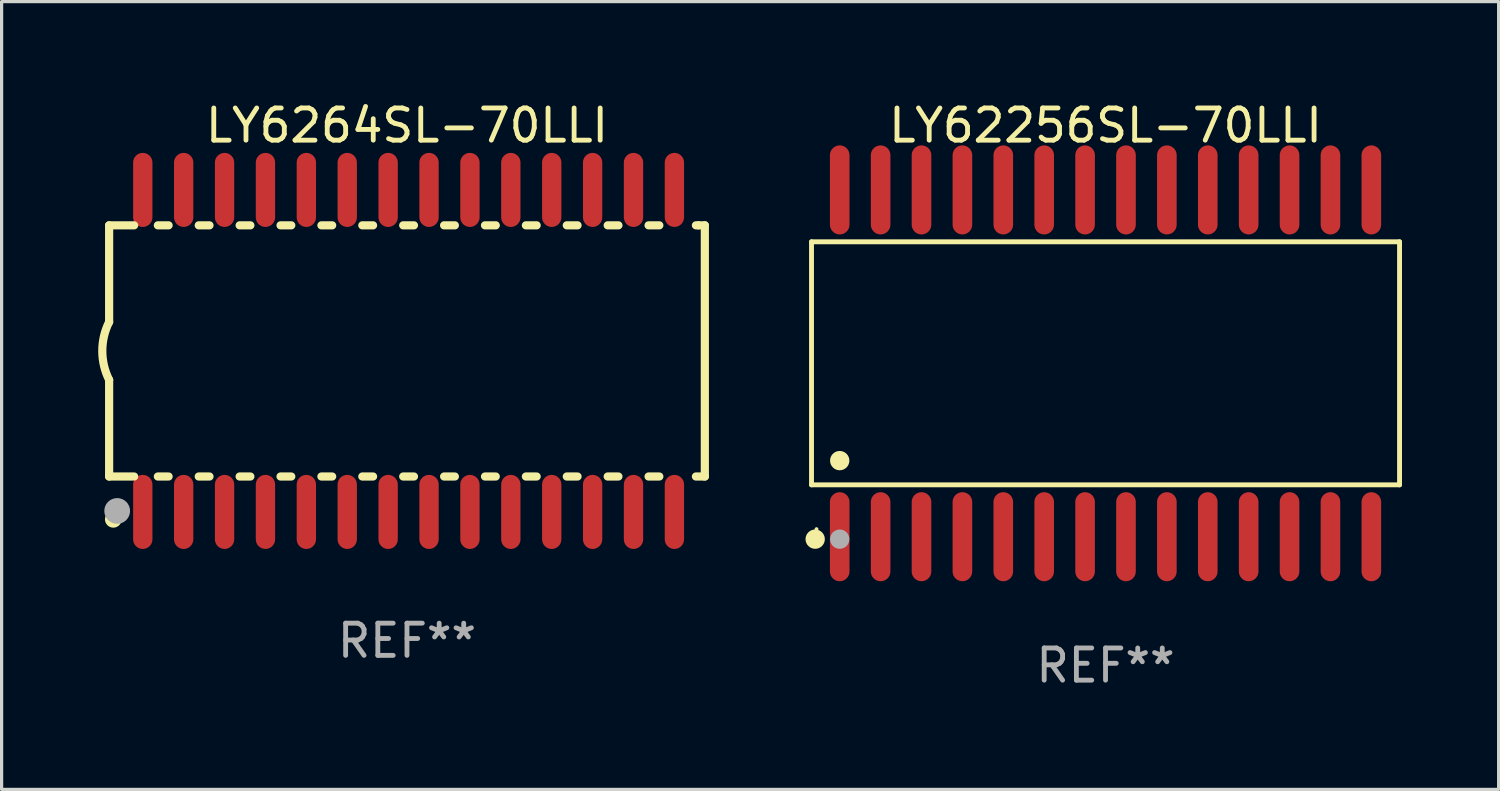
<source format=kicad_pcb>
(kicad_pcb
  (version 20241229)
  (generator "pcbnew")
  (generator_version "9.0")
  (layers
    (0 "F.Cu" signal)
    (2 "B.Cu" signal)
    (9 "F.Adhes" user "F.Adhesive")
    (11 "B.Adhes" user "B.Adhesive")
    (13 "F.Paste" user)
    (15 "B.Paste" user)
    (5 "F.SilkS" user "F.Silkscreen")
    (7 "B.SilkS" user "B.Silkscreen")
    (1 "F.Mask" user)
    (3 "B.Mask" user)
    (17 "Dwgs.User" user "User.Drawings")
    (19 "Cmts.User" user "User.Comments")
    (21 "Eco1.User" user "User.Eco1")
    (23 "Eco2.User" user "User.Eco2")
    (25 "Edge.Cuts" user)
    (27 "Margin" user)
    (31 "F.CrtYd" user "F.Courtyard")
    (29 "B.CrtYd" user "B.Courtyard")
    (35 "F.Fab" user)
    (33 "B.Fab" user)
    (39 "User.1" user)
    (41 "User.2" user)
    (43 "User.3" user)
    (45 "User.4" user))
  (footprint "LY62256SL-70LLI"
    (layer "F.Cu")
    (at 31.283 8.233)
    (property "Reference" "LY62256SL-70LLI" (at 0 -7.385 0) (layer "F.SilkS") (effects (font (size 1 1) (thickness 0.15))))
    (attr through_hole)
    (fp_line (start -9.131 -3.774) (end 9.131 -3.774) (stroke (width 0.152) (type solid)) (layer "F.SilkS"))
    (fp_line (start -9.131 3.774) (end -9.131 -3.774) (stroke (width 0.152) (type solid)) (layer "F.SilkS"))
    (fp_line (start 9.131 -3.774) (end 9.131 3.774) (stroke (width 0.152) (type solid)) (layer "F.SilkS"))
    (fp_line (start 9.131 3.774) (end -9.131 3.774) (stroke (width 0.152) (type solid)) (layer "F.SilkS"))
    (fp_circle (center -9.017 5.461) (end -8.867 5.461) (stroke (width 0.3) (type solid)) (fill no) (layer "F.SilkS"))
    (fp_circle (center -8.975 5.15) (end -8.945 5.15) (stroke (width 0.06) (type solid)) (fill no) (layer "F.SilkS"))
    (fp_circle (center -8.255 3.022) (end -8.105 3.022) (stroke (width 0.3) (type solid)) (fill no) (layer "F.SilkS"))
    (fp_circle (center -8.255 5.461) (end -8.105 5.461) (stroke (width 0.3) (type solid)) (fill no) (layer "F.Fab"))
    (fp_text user "REF**" (at 0 9.385 0) (layer "F.Fab") (effects (font (size 1 1) (thickness 0.15))))
    (pad "1" smd oval (at -8.255 5.385) (size 0.609 2.765) (layers "F.Cu" "F.Mask" "F.Paste"))
    (pad "2" smd oval (at -6.985 5.385) (size 0.609 2.765) (layers "F.Cu" "F.Mask" "F.Paste"))
    (pad "3" smd oval (at -5.715 5.385) (size 0.609 2.765) (layers "F.Cu" "F.Mask" "F.Paste"))
    (pad "4" smd oval (at -4.445 5.385) (size 0.609 2.765) (layers "F.Cu" "F.Mask" "F.Paste"))
    (pad "5" smd oval (at -3.175 5.385) (size 0.609 2.765) (layers "F.Cu" "F.Mask" "F.Paste"))
    (pad "6" smd oval (at -1.905 5.385) (size 0.609 2.765) (layers "F.Cu" "F.Mask" "F.Paste"))
    (pad "7" smd oval (at -0.635 5.385) (size 0.609 2.765) (layers "F.Cu" "F.Mask" "F.Paste"))
    (pad "8" smd oval (at 0.635 5.385) (size 0.609 2.765) (layers "F.Cu" "F.Mask" "F.Paste"))
    (pad "9" smd oval (at 1.905 5.385) (size 0.609 2.765) (layers "F.Cu" "F.Mask" "F.Paste"))
    (pad "10" smd oval (at 3.175 5.385) (size 0.609 2.765) (layers "F.Cu" "F.Mask" "F.Paste"))
    (pad "11" smd oval (at 4.445 5.385) (size 0.609 2.765) (layers "F.Cu" "F.Mask" "F.Paste"))
    (pad "12" smd oval (at 5.715 5.385) (size 0.609 2.765) (layers "F.Cu" "F.Mask" "F.Paste"))
    (pad "13" smd oval (at 6.985 5.385) (size 0.609 2.765) (layers "F.Cu" "F.Mask" "F.Paste"))
    (pad "14" smd oval (at 8.255 5.385) (size 0.609 2.765) (layers "F.Cu" "F.Mask" "F.Paste"))
    (pad "15" smd oval (at 8.255 -5.385) (size 0.609 2.765) (layers "F.Cu" "F.Mask" "F.Paste"))
    (pad "16" smd oval (at 6.985 -5.385) (size 0.609 2.765) (layers "F.Cu" "F.Mask" "F.Paste"))
    (pad "17" smd oval (at 5.715 -5.385) (size 0.609 2.765) (layers "F.Cu" "F.Mask" "F.Paste"))
    (pad "18" smd oval (at 4.445 -5.385) (size 0.609 2.765) (layers "F.Cu" "F.Mask" "F.Paste"))
    (pad "19" smd oval (at 3.175 -5.385) (size 0.609 2.765) (layers "F.Cu" "F.Mask" "F.Paste"))
    (pad "20" smd oval (at 1.905 -5.385) (size 0.609 2.765) (layers "F.Cu" "F.Mask" "F.Paste"))
    (pad "21" smd oval (at 0.635 -5.385) (size 0.609 2.765) (layers "F.Cu" "F.Mask" "F.Paste"))
    (pad "22" smd oval (at -0.635 -5.385) (size 0.609 2.765) (layers "F.Cu" "F.Mask" "F.Paste"))
    (pad "23" smd oval (at -1.905 -5.385) (size 0.609 2.765) (layers "F.Cu" "F.Mask" "F.Paste"))
    (pad "24" smd oval (at -3.175 -5.385) (size 0.609 2.765) (layers "F.Cu" "F.Mask" "F.Paste"))
    (pad "25" smd oval (at -4.445 -5.385) (size 0.609 2.765) (layers "F.Cu" "F.Mask" "F.Paste"))
    (pad "26" smd oval (at -5.715 -5.385) (size 0.609 2.765) (layers "F.Cu" "F.Mask" "F.Paste"))
    (pad "27" smd oval (at -6.985 -5.385) (size 0.609 2.765) (layers "F.Cu" "F.Mask" "F.Paste"))
    (pad "28" smd oval (at -8.255 -5.385) (size 0.609 2.765) (layers "F.Cu" "F.Mask" "F.Paste")))
  (footprint "LY6264SL-70LLI"
    (layer "F.Cu")
    (at 9.589 7.848)
    (property "Reference" "LY6264SL-70LLI" (at 0 -7 0) (layer "F.SilkS") (effects (font (size 1 1) (thickness 0.15))))
    (attr through_hole)
    (fp_line (start -9.25 -3.9) (end -9.25 -0.9) (stroke (width 0.254) (type solid)) (layer "F.SilkS"))
    (fp_line (start -9.25 -3.9) (end -8.473 -3.9) (stroke (width 0.254) (type solid)) (layer "F.SilkS"))
    (fp_line (start -9.25 3.9) (end -9.25 0.9) (stroke (width 0.254) (type solid)) (layer "F.SilkS"))
    (fp_line (start -9.25 3.9) (end -8.473 3.9) (stroke (width 0.254) (type solid)) (layer "F.SilkS"))
    (fp_line (start -7.737 -3.9) (end -7.403 -3.9) (stroke (width 0.254) (type solid)) (layer "F.SilkS"))
    (fp_line (start -7.737 3.9) (end -7.403 3.9) (stroke (width 0.254) (type solid)) (layer "F.SilkS"))
    (fp_line (start -6.467 3.9) (end -6.133 3.9) (stroke (width 0.254) (type solid)) (layer "F.SilkS"))
    (fp_line (start -6.467 -3.9) (end -6.133 -3.9) (stroke (width 0.254) (type solid)) (layer "F.SilkS"))
    (fp_line (start -5.197 3.9) (end -4.863 3.9) (stroke (width 0.254) (type solid)) (layer "F.SilkS"))
    (fp_line (start -5.197 -3.9) (end -4.863 -3.9) (stroke (width 0.254) (type solid)) (layer "F.SilkS"))
    (fp_line (start -3.927 3.9) (end -3.593 3.9) (stroke (width 0.254) (type solid)) (layer "F.SilkS"))
    (fp_line (start -3.927 -3.9) (end -3.593 -3.9) (stroke (width 0.254) (type solid)) (layer "F.SilkS"))
    (fp_line (start -2.657 3.9) (end -2.323 3.9) (stroke (width 0.254) (type solid)) (layer "F.SilkS"))
    (fp_line (start -2.657 -3.9) (end -2.323 -3.9) (stroke (width 0.254) (type solid)) (layer "F.SilkS"))
    (fp_line (start -1.387 3.9) (end -1.053 3.9) (stroke (width 0.254) (type solid)) (layer "F.SilkS"))
    (fp_line (start -1.387 -3.9) (end -1.053 -3.9) (stroke (width 0.254) (type solid)) (layer "F.SilkS"))
    (fp_line (start -0.117 3.9) (end 0.217 3.9) (stroke (width 0.254) (type solid)) (layer "F.SilkS"))
    (fp_line (start -0.117 -3.9) (end 0.217 -3.9) (stroke (width 0.254) (type solid)) (layer "F.SilkS"))
    (fp_line (start 1.153 3.9) (end 1.487 3.9) (stroke (width 0.254) (type solid)) (layer "F.SilkS"))
    (fp_line (start 1.153 -3.9) (end 1.487 -3.9) (stroke (width 0.254) (type solid)) (layer "F.SilkS"))
    (fp_line (start 2.423 3.9) (end 2.757 3.9) (stroke (width 0.254) (type solid)) (layer "F.SilkS"))
    (fp_line (start 2.423 -3.9) (end 2.757 -3.9) (stroke (width 0.254) (type solid)) (layer "F.SilkS"))
    (fp_line (start 3.693 3.9) (end 4.027 3.9) (stroke (width 0.254) (type solid)) (layer "F.SilkS"))
    (fp_line (start 3.693 -3.9) (end 4.027 -3.9) (stroke (width 0.254) (type solid)) (layer "F.SilkS"))
    (fp_line (start 4.963 3.9) (end 5.297 3.9) (stroke (width 0.254) (type solid)) (layer "F.SilkS"))
    (fp_line (start 4.963 -3.9) (end 5.297 -3.9) (stroke (width 0.254) (type solid)) (layer "F.SilkS"))
    (fp_line (start 6.233 3.9) (end 6.567 3.9) (stroke (width 0.254) (type solid)) (layer "F.SilkS"))
    (fp_line (start 6.233 -3.9) (end 6.567 -3.9) (stroke (width 0.254) (type solid)) (layer "F.SilkS"))
    (fp_line (start 7.503 -3.9) (end 7.837 -3.9) (stroke (width 0.254) (type solid)) (layer "F.SilkS"))
    (fp_line (start 7.503 3.9) (end 7.837 3.9) (stroke (width 0.254) (type solid)) (layer "F.SilkS"))
    (fp_line (start 8.973 -3.9) (end 9.05 -3.9) (stroke (width 0.254) (type solid)) (layer "F.SilkS"))
    (fp_line (start 8.973 3.9) (end 9.25 3.9) (stroke (width 0.254) (type solid)) (layer "F.SilkS"))
    (fp_line (start 9.05 -3.9) (end 9.25 -3.9) (stroke (width 0.254) (type solid)) (layer "F.SilkS"))
    (fp_line (start 9.25 -3.9) (end 9.25 3.9) (stroke (width 0.254) (type solid)) (layer "F.SilkS"))
    (fp_arc (start -9.249619 0.900432) (mid -9.462013 0.000246) (end -9.249873 -0.9) (stroke (width 0.254001) (type solid)) (layer "F.SilkS"))
    (fp_circle (center -9.2 5.3) (end -9.17 5.3) (stroke (width 0.06) (type solid)) (fill no) (layer "F.SilkS"))
    (fp_circle (center -9.12 5.23) (end -8.988 5.23) (stroke (width 0.254) (type solid)) (fill no) (layer "F.SilkS"))
    (fp_circle (center -9 4.97) (end -8.8 4.97) (stroke (width 0.4) (type solid)) (fill no) (layer "F.Fab"))
    (fp_text user "REF**" (at 0 9 0) (layer "F.Fab") (effects (font (size 1 1) (thickness 0.15))))
    (pad "1" smd oval (at -8.205 5) (size 0.6 2.3) (layers "F.Cu" "F.Mask" "F.Paste"))
    (pad "2" smd oval (at -6.935 5) (size 0.6 2.3) (layers "F.Cu" "F.Mask" "F.Paste"))
    (pad "3" smd oval (at -5.665 5) (size 0.6 2.3) (layers "F.Cu" "F.Mask" "F.Paste"))
    (pad "4" smd oval (at -4.395 5) (size 0.6 2.3) (layers "F.Cu" "F.Mask" "F.Paste"))
    (pad "5" smd oval (at -3.125 5) (size 0.6 2.3) (layers "F.Cu" "F.Mask" "F.Paste"))
    (pad "6" smd oval (at -1.855 5) (size 0.6 2.3) (layers "F.Cu" "F.Mask" "F.Paste"))
    (pad "7" smd oval (at -0.585 5) (size 0.6 2.3) (layers "F.Cu" "F.Mask" "F.Paste"))
    (pad "8" smd oval (at 0.685 5) (size 0.6 2.3) (layers "F.Cu" "F.Mask" "F.Paste"))
    (pad "9" smd oval (at 1.955 5) (size 0.6 2.3) (layers "F.Cu" "F.Mask" "F.Paste"))
    (pad "10" smd oval (at 3.225 5) (size 0.6 2.3) (layers "F.Cu" "F.Mask" "F.Paste"))
    (pad "11" smd oval (at 4.495 5) (size 0.6 2.3) (layers "F.Cu" "F.Mask" "F.Paste"))
    (pad "12" smd oval (at 5.765 5) (size 0.6 2.3) (layers "F.Cu" "F.Mask" "F.Paste"))
    (pad "13" smd oval (at 7.035 5) (size 0.6 2.3) (layers "F.Cu" "F.Mask" "F.Paste"))
    (pad "14" smd oval (at 8.305 5) (size 0.6 2.3) (layers "F.Cu" "F.Mask" "F.Paste"))
    (pad "15" smd oval (at 8.305 -5) (size 0.6 2.3) (layers "F.Cu" "F.Mask" "F.Paste"))
    (pad "16" smd oval (at 7.035 -5) (size 0.6 2.3) (layers "F.Cu" "F.Mask" "F.Paste"))
    (pad "17" smd oval (at 5.765 -5) (size 0.6 2.3) (layers "F.Cu" "F.Mask" "F.Paste"))
    (pad "18" smd oval (at 4.495 -5) (size 0.6 2.3) (layers "F.Cu" "F.Mask" "F.Paste"))
    (pad "19" smd oval (at 3.225 -5) (size 0.6 2.3) (layers "F.Cu" "F.Mask" "F.Paste"))
    (pad "20" smd oval (at 1.955 -5) (size 0.6 2.3) (layers "F.Cu" "F.Mask" "F.Paste"))
    (pad "21" smd oval (at 0.685 -5) (size 0.6 2.3) (layers "F.Cu" "F.Mask" "F.Paste"))
    (pad "22" smd oval (at -0.585 -5) (size 0.6 2.3) (layers "F.Cu" "F.Mask" "F.Paste"))
    (pad "23" smd oval (at -1.855 -5) (size 0.6 2.3) (layers "F.Cu" "F.Mask" "F.Paste"))
    (pad "24" smd oval (at -3.125 -5) (size 0.6 2.3) (layers "F.Cu" "F.Mask" "F.Paste"))
    (pad "25" smd oval (at -4.395 -5) (size 0.6 2.3) (layers "F.Cu" "F.Mask" "F.Paste"))
    (pad "26" smd oval (at -5.665 -5) (size 0.6 2.3) (layers "F.Cu" "F.Mask" "F.Paste"))
    (pad "27" smd oval (at -6.935 -5) (size 0.6 2.3) (layers "F.Cu" "F.Mask" "F.Paste"))
    (pad "28" smd oval (at -8.205 -5) (size 0.6 2.3) (layers "F.Cu" "F.Mask" "F.Paste")))
  (gr_rect
    (start -3 -3)
    (end 43.491 21.466)
    (stroke (width 0.1) (type default))
    (fill no)
    (layer "Edge.Cuts")))
</source>
